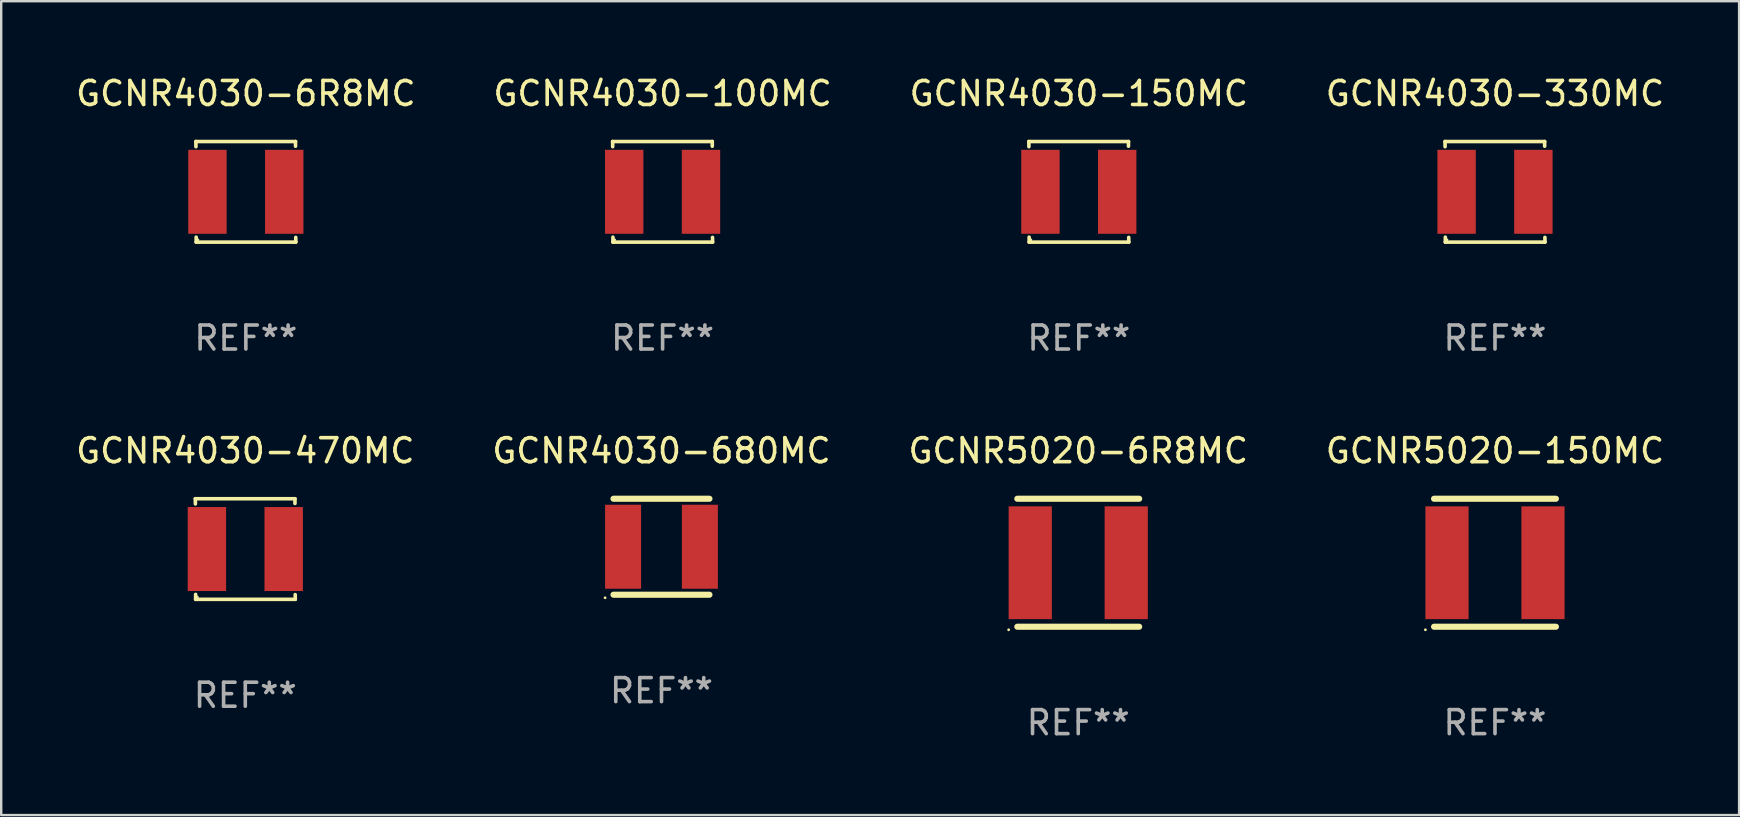
<source format=kicad_pcb>
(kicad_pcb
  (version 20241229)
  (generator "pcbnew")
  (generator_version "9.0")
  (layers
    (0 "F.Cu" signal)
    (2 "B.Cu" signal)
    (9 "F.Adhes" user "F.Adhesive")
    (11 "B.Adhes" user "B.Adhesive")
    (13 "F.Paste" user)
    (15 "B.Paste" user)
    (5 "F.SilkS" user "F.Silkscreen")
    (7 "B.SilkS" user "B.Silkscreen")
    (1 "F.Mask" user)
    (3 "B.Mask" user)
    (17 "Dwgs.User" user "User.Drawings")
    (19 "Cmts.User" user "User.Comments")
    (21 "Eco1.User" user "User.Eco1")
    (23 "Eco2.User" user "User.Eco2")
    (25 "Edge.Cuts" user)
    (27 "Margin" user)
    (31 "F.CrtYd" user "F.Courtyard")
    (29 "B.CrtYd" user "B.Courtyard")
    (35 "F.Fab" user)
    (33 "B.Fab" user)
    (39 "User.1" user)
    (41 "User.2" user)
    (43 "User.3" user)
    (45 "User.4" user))
  (footprint "GCNR4030-100MC"
    (layer "F.Cu")
    (at 24.565 4.944)
    (property "Reference" "GCNR4030-100MC" (at 0 -4.096 0) (layer "F.SilkS") (effects (font (size 1 1) (thickness 0.15))))
    (attr through_hole)
    (fp_line (start -2.083 -2.096) (end -2.08 -1.88) (stroke (width 0.15) (type solid)) (layer "F.SilkS"))
    (fp_line (start -2.07 1.89) (end -2.07 2.096) (stroke (width 0.15) (type solid)) (layer "F.SilkS"))
    (fp_line (start -2.07 2.096) (end 2.083 2.096) (stroke (width 0.15) (type solid)) (layer "F.SilkS"))
    (fp_line (start 2.07 -1.9) (end 2.07 -2.096) (stroke (width 0.15) (type solid)) (layer "F.SilkS"))
    (fp_line (start 2.07 -2.096) (end -2.083 -2.096) (stroke (width 0.15) (type solid)) (layer "F.SilkS"))
    (fp_line (start 2.083 2.096) (end 2.08 1.9) (stroke (width 0.15) (type solid)) (layer "F.SilkS"))
    (fp_circle (center -2 2) (end -1.97 2) (stroke (width 0.06) (type solid)) (fill no) (layer "F.SilkS"))
    (fp_text user "REF**" (at 0 6.096 0) (layer "F.Fab") (effects (font (size 1 1) (thickness 0.15))))
    (pad "1" smd rect (at -1.6 -0.000343) (size 1.6 3.5) (layers "F.Cu" "F.Mask" "F.Paste"))
    (pad "2" smd rect (at 1.6 -0.000343) (size 1.6 3.5) (layers "F.Cu" "F.Mask" "F.Paste")))
  (footprint "GCNR4030-680MC"
    (layer "F.Cu")
    (at 24.518 19.736)
    (property "Reference" "GCNR4030-680MC" (at 0 -4 0) (layer "F.SilkS") (effects (font (size 1 1) (thickness 0.15))))
    (attr through_hole)
    (fp_line (start -2 -2) (end 2 -2) (stroke (width 0.254) (type solid)) (layer "F.SilkS"))
    (fp_line (start -2 2) (end 2 2) (stroke (width 0.254) (type solid)) (layer "F.SilkS"))
    (fp_circle (center -2.35 2.127) (end -2.32 2.127) (stroke (width 0.06) (type solid)) (fill no) (layer "F.SilkS"))
    (fp_text user "REF**" (at 0 6 0) (layer "F.Fab") (effects (font (size 1 1) (thickness 0.15))))
    (pad "1" smd rect (at -1.6 0 90) (size 3.5 1.5) (layers "F.Cu" "F.Mask" "F.Paste"))
    (pad "2" smd rect (at 1.6 0 90) (size 3.5 1.5) (layers "F.Cu" "F.Mask" "F.Paste")))
  (footprint "GCNR4030-150MC"
    (layer "F.Cu")
    (at 41.911 4.944)
    (property "Reference" "GCNR4030-150MC" (at 0 -4.096 0) (layer "F.SilkS") (effects (font (size 1 1) (thickness 0.15))))
    (attr through_hole)
    (fp_line (start -2.083 -2.096) (end -2.08 -1.88) (stroke (width 0.15) (type solid)) (layer "F.SilkS"))
    (fp_line (start -2.07 1.89) (end -2.07 2.096) (stroke (width 0.15) (type solid)) (layer "F.SilkS"))
    (fp_line (start -2.07 2.096) (end 2.083 2.096) (stroke (width 0.15) (type solid)) (layer "F.SilkS"))
    (fp_line (start 2.07 -1.9) (end 2.07 -2.096) (stroke (width 0.15) (type solid)) (layer "F.SilkS"))
    (fp_line (start 2.07 -2.096) (end -2.083 -2.096) (stroke (width 0.15) (type solid)) (layer "F.SilkS"))
    (fp_line (start 2.083 2.096) (end 2.08 1.9) (stroke (width 0.15) (type solid)) (layer "F.SilkS"))
    (fp_circle (center -2 2) (end -1.97 2) (stroke (width 0.06) (type solid)) (fill no) (layer "F.SilkS"))
    (fp_text user "REF**" (at 0 6.096 0) (layer "F.Fab") (effects (font (size 1 1) (thickness 0.15))))
    (pad "1" smd rect (at -1.6 -0.000343) (size 1.6 3.5) (layers "F.Cu" "F.Mask" "F.Paste"))
    (pad "2" smd rect (at 1.6 -0.000343) (size 1.6 3.5) (layers "F.Cu" "F.Mask" "F.Paste")))
  (footprint "GCNR5020-150MC"
    (layer "F.Cu")
    (at 59.256 20.403)
    (property "Reference" "GCNR5020-150MC" (at 0 -4.667 0) (layer "F.SilkS") (effects (font (size 1 1) (thickness 0.15))))
    (attr through_hole)
    (fp_line (start -2.54 -2.667) (end 2.54 -2.667) (stroke (width 0.254) (type solid)) (layer "F.SilkS"))
    (fp_line (start -2.54 2.667) (end 2.54 2.667) (stroke (width 0.254) (type solid)) (layer "F.SilkS"))
    (fp_circle (center -2.9 2.794) (end -2.87 2.794) (stroke (width 0.06) (type solid)) (fill no) (layer "F.SilkS"))
    (fp_text user "REF**" (at 0 6.667 0) (layer "F.Fab") (effects (font (size 1 1) (thickness 0.15))))
    (pad "1" smd rect (at -2 0) (size 1.8 4.7) (layers "F.Cu" "F.Mask" "F.Paste"))
    (pad "2" smd rect (at 2 0) (size 1.8 4.7) (layers "F.Cu" "F.Mask" "F.Paste")))
  (footprint "GCNR4030-470MC"
    (layer "F.Cu")
    (at 7.173 19.832)
    (property "Reference" "GCNR4030-470MC" (at 0 -4.096 0) (layer "F.SilkS") (effects (font (size 1 1) (thickness 0.15))))
    (attr through_hole)
    (fp_line (start -2.083 -2.096) (end -2.08 -1.88) (stroke (width 0.15) (type solid)) (layer "F.SilkS"))
    (fp_line (start -2.07 1.89) (end -2.07 2.096) (stroke (width 0.15) (type solid)) (layer "F.SilkS"))
    (fp_line (start -2.07 2.096) (end 2.083 2.096) (stroke (width 0.15) (type solid)) (layer "F.SilkS"))
    (fp_line (start 2.07 -1.9) (end 2.07 -2.096) (stroke (width 0.15) (type solid)) (layer "F.SilkS"))
    (fp_line (start 2.07 -2.096) (end -2.083 -2.096) (stroke (width 0.15) (type solid)) (layer "F.SilkS"))
    (fp_line (start 2.083 2.096) (end 2.08 1.9) (stroke (width 0.15) (type solid)) (layer "F.SilkS"))
    (fp_circle (center -2 2) (end -1.97 2) (stroke (width 0.06) (type solid)) (fill no) (layer "F.SilkS"))
    (fp_text user "REF**" (at 0 6.096 0) (layer "F.Fab") (effects (font (size 1 1) (thickness 0.15))))
    (pad "1" smd rect (at -1.6 -0.000343) (size 1.6 3.5) (layers "F.Cu" "F.Mask" "F.Paste"))
    (pad "2" smd rect (at 1.6 -0.000343) (size 1.6 3.5) (layers "F.Cu" "F.Mask" "F.Paste")))
  (footprint "GCNR4030-330MC"
    (layer "F.Cu")
    (at 59.256 4.944)
    (property "Reference" "GCNR4030-330MC" (at 0 -4.096 0) (layer "F.SilkS") (effects (font (size 1 1) (thickness 0.15))))
    (attr through_hole)
    (fp_line (start -2.083 -2.096) (end -2.08 -1.88) (stroke (width 0.15) (type solid)) (layer "F.SilkS"))
    (fp_line (start -2.07 1.89) (end -2.07 2.096) (stroke (width 0.15) (type solid)) (layer "F.SilkS"))
    (fp_line (start -2.07 2.096) (end 2.083 2.096) (stroke (width 0.15) (type solid)) (layer "F.SilkS"))
    (fp_line (start 2.07 -1.9) (end 2.07 -2.096) (stroke (width 0.15) (type solid)) (layer "F.SilkS"))
    (fp_line (start 2.07 -2.096) (end -2.083 -2.096) (stroke (width 0.15) (type solid)) (layer "F.SilkS"))
    (fp_line (start 2.083 2.096) (end 2.08 1.9) (stroke (width 0.15) (type solid)) (layer "F.SilkS"))
    (fp_circle (center -2 2) (end -1.97 2) (stroke (width 0.06) (type solid)) (fill no) (layer "F.SilkS"))
    (fp_text user "REF**" (at 0 6.096 0) (layer "F.Fab") (effects (font (size 1 1) (thickness 0.15))))
    (pad "1" smd rect (at -1.6 -0.000343) (size 1.6 3.5) (layers "F.Cu" "F.Mask" "F.Paste"))
    (pad "2" smd rect (at 1.6 -0.000343) (size 1.6 3.5) (layers "F.Cu" "F.Mask" "F.Paste")))
  (footprint "GCNR5020-6R8MC"
    (layer "F.Cu")
    (at 41.887 20.403)
    (property "Reference" "GCNR5020-6R8MC" (at 0 -4.667 0) (layer "F.SilkS") (effects (font (size 1 1) (thickness 0.15))))
    (attr through_hole)
    (fp_line (start -2.54 -2.667) (end 2.54 -2.667) (stroke (width 0.254) (type solid)) (layer "F.SilkS"))
    (fp_line (start -2.54 2.667) (end 2.54 2.667) (stroke (width 0.254) (type solid)) (layer "F.SilkS"))
    (fp_circle (center -2.9 2.794) (end -2.87 2.794) (stroke (width 0.06) (type solid)) (fill no) (layer "F.SilkS"))
    (fp_text user "REF**" (at 0 6.667 0) (layer "F.Fab") (effects (font (size 1 1) (thickness 0.15))))
    (pad "1" smd rect (at -2 0) (size 1.8 4.7) (layers "F.Cu" "F.Mask" "F.Paste"))
    (pad "2" smd rect (at 2 0) (size 1.8 4.7) (layers "F.Cu" "F.Mask" "F.Paste")))
  (footprint "GCNR4030-6R8MC"
    (layer "F.Cu")
    (at 7.196 4.944)
    (property "Reference" "GCNR4030-6R8MC" (at 0 -4.096 0) (layer "F.SilkS") (effects (font (size 1 1) (thickness 0.15))))
    (attr through_hole)
    (fp_line (start -2.083 -2.096) (end -2.08 -1.88) (stroke (width 0.15) (type solid)) (layer "F.SilkS"))
    (fp_line (start -2.07 1.89) (end -2.07 2.096) (stroke (width 0.15) (type solid)) (layer "F.SilkS"))
    (fp_line (start -2.07 2.096) (end 2.083 2.096) (stroke (width 0.15) (type solid)) (layer "F.SilkS"))
    (fp_line (start 2.07 -1.9) (end 2.07 -2.096) (stroke (width 0.15) (type solid)) (layer "F.SilkS"))
    (fp_line (start 2.07 -2.096) (end -2.083 -2.096) (stroke (width 0.15) (type solid)) (layer "F.SilkS"))
    (fp_line (start 2.083 2.096) (end 2.08 1.9) (stroke (width 0.15) (type solid)) (layer "F.SilkS"))
    (fp_circle (center -2 2) (end -1.97 2) (stroke (width 0.06) (type solid)) (fill no) (layer "F.SilkS"))
    (fp_text user "REF**" (at 0 6.096 0) (layer "F.Fab") (effects (font (size 1 1) (thickness 0.15))))
    (pad "1" smd rect (at -1.6 -0.000343) (size 1.6 3.5) (layers "F.Cu" "F.Mask" "F.Paste"))
    (pad "2" smd rect (at 1.6 -0.000343) (size 1.6 3.5) (layers "F.Cu" "F.Mask" "F.Paste")))
  (gr_rect
    (start -3 -3)
    (end 69.429 30.919)
    (stroke (width 0.1) (type default))
    (fill no)
    (layer "Edge.Cuts")))
</source>
